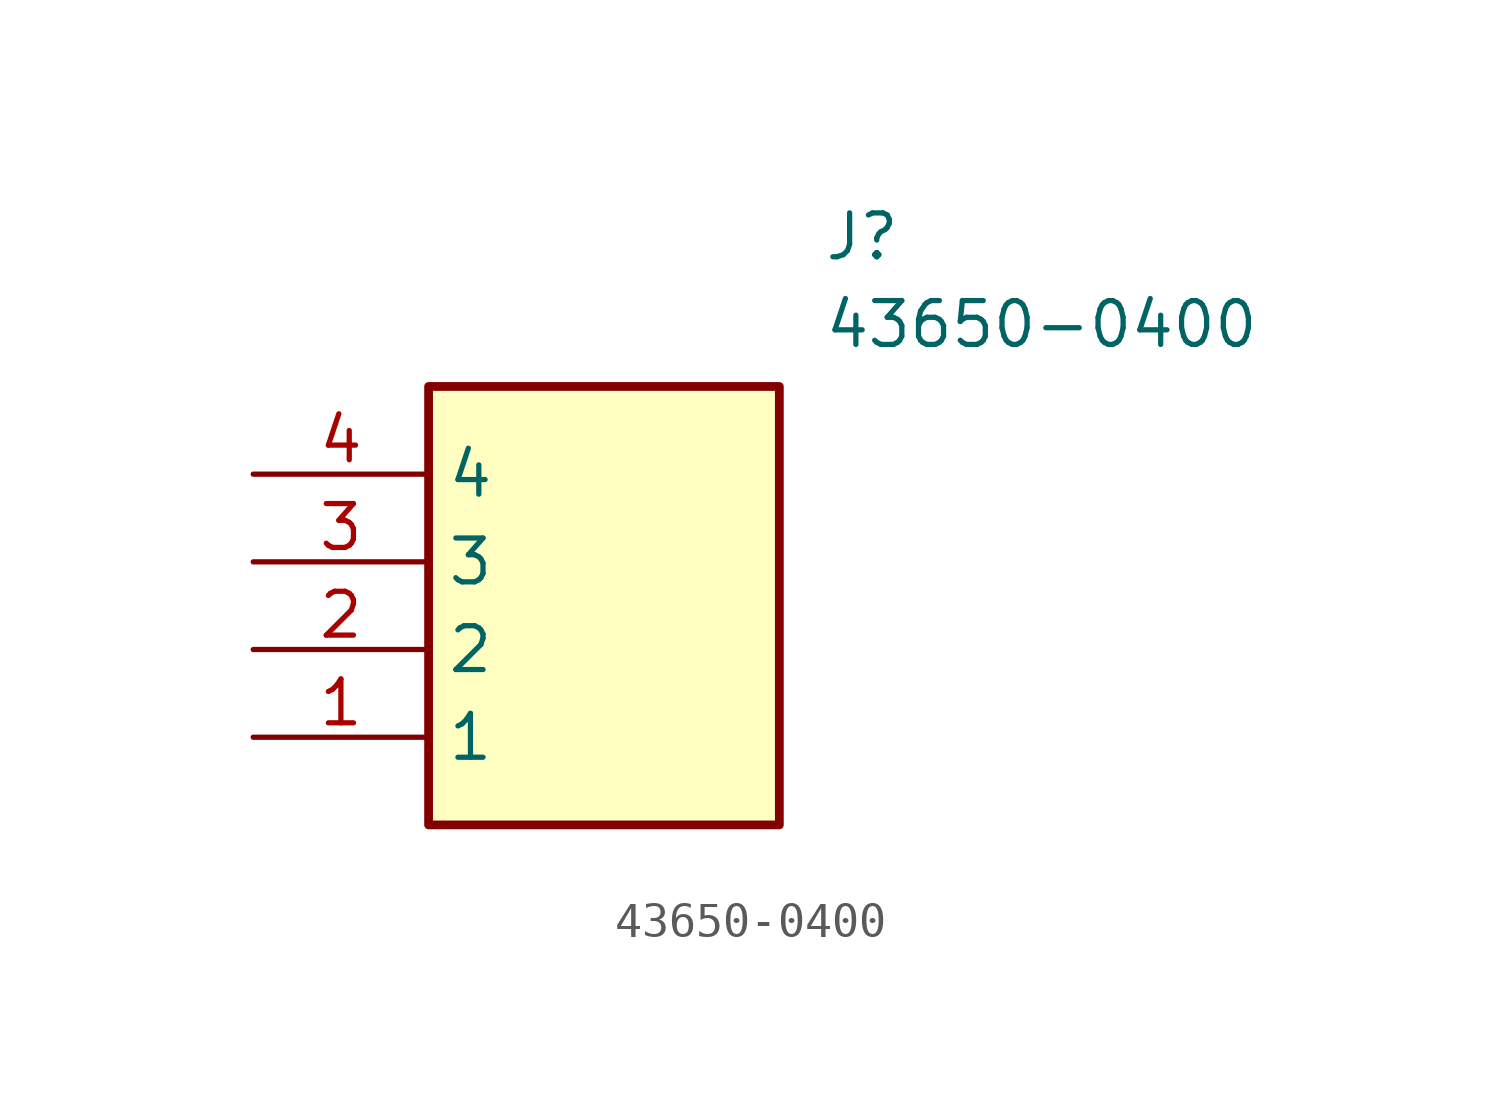
<source format=kicad_sym>
(kicad_symbol_lib
  (version 20241209)
  (generator "kicad_symbol_editor")
  (generator_version "9.0")
  (symbol "43650-0400"
    (property "Reference" "J"
      (at 16.51 7.62 0)
      (effects (font (size 1.27 1.27)) (justify left top)))
    (property "Value" "43650-0400"
      (at 16.51 5.08 0)
      (effects (font (size 1.27 1.27)) (justify left top)))
    (symbol "43650-0400_1_1"
      (rectangle (start 5.08 2.54) (end 15.24 -10.16) (stroke (width 0.254) (type default)) (fill (type background)))
      (pin passive line (at 0 0 0) (length 5.08) (name "4" (effects (font (size 1.27 1.27)))) (number "4" (effects (font (size 1.27 1.27)))))
      (pin passive line (at 0 -2.54 0) (length 5.08) (name "3" (effects (font (size 1.27 1.27)))) (number "3" (effects (font (size 1.27 1.27)))))
      (pin passive line (at 0 -5.08 0) (length 5.08) (name "2" (effects (font (size 1.27 1.27)))) (number "2" (effects (font (size 1.27 1.27)))))
      (pin passive line (at 0 -7.62 0) (length 5.08) (name "1" (effects (font (size 1.27 1.27)))) (number "1" (effects (font (size 1.27 1.27))))))))
</source>
